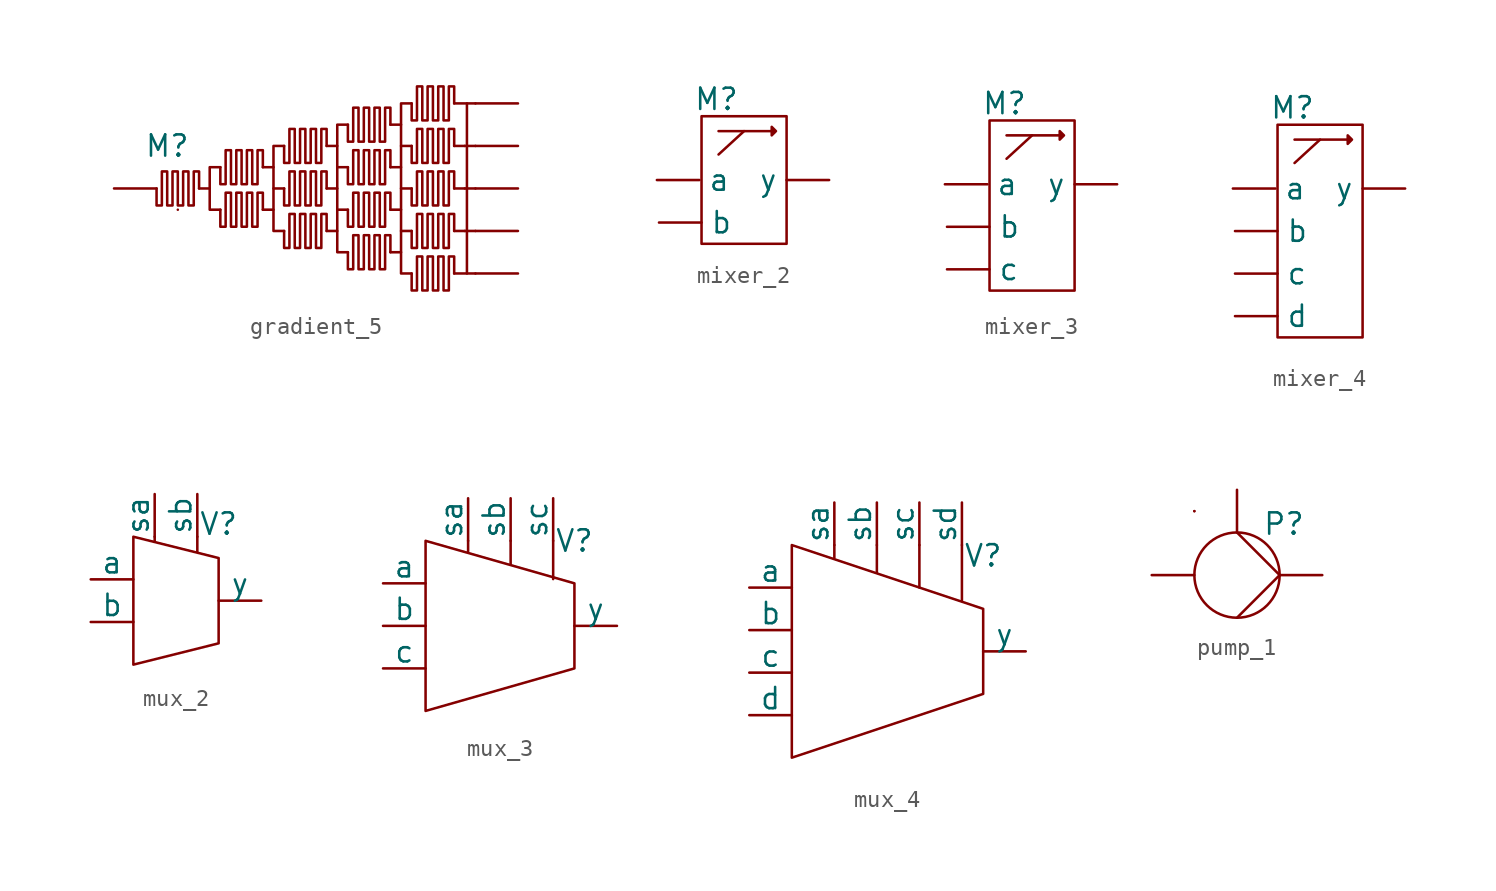
<source format=kicad_sym>
(kicad_symbol_lib
  (version 20231120)
  (generator "kicad_symbol_editor")
  (generator_version "8.0")
  (symbol "gradient_5"
    (pin_numbers hide)
    (pin_names hide)
    (property "Reference" "M"
      (at -1.905 2.54 0)
      (effects (font (size 1.27 1.27))))
    (property "Value" ""
      (at 3.175 0 0)
      (effects (font (size 1.27 1.27))))
    (symbol "gradient_5_0_1"
      (polyline (pts (xy -1.27 -1.27) (xy -1.27 -1.27)) (stroke (width 0) (type default)) (fill (type none)))
      (polyline (pts (xy 0.635 0) (xy 0 0)) (stroke (width 0) (type default)) (fill (type none)))
      (polyline (pts (xy 3.81 -1.27) (xy 4.445 -1.27)) (stroke (width 0) (type default)) (fill (type none)))
      (polyline (pts (xy 3.81 1.27) (xy 4.445 1.27)) (stroke (width 0) (type default)) (fill (type none)))
      (polyline (pts (xy 5.08 0) (xy 4.445 0)) (stroke (width 0) (type default)) (fill (type none)))
      (polyline (pts (xy 7.62 -2.54) (xy 8.255 -2.54)) (stroke (width 0) (type default)) (fill (type none)))
      (polyline (pts (xy 7.62 0) (xy 8.255 0)) (stroke (width 0) (type default)) (fill (type none)))
      (polyline (pts (xy 7.62 2.54) (xy 8.255 2.54)) (stroke (width 0) (type default)) (fill (type none)))
      (polyline (pts (xy 8.89 -1.27) (xy 8.255 -1.27)) (stroke (width 0) (type default)) (fill (type none)))
      (polyline (pts (xy 8.89 1.27) (xy 8.255 1.27)) (stroke (width 0) (type default)) (fill (type none)))
      (polyline (pts (xy 11.43 -3.81) (xy 12.065 -3.81)) (stroke (width 0) (type default)) (fill (type none)))
      (polyline (pts (xy 11.43 -1.27) (xy 12.065 -1.27)) (stroke (width 0) (type default)) (fill (type none)))
      (polyline (pts (xy 11.43 1.27) (xy 12.065 1.27)) (stroke (width 0) (type default)) (fill (type none)))
      (polyline (pts (xy 11.43 3.81) (xy 12.065 3.81)) (stroke (width 0) (type default)) (fill (type none)))
      (polyline (pts (xy 12.7 -2.54) (xy 12.065 -2.54)) (stroke (width 0) (type default)) (fill (type none)))
      (polyline (pts (xy 12.7 0) (xy 12.065 0)) (stroke (width 0) (type default)) (fill (type none)))
      (polyline (pts (xy 12.7 2.54) (xy 12.065 2.54)) (stroke (width 0) (type default)) (fill (type none)))
      (polyline (pts (xy 15.24 -5.08) (xy 16.51 -5.08)) (stroke (width 0) (type default)) (fill (type none)))
      (polyline (pts (xy 15.24 -2.54) (xy 15.875 -2.54)) (stroke (width 0) (type default)) (fill (type none)))
      (polyline (pts (xy 15.24 0) (xy 15.875 0)) (stroke (width 0) (type default)) (fill (type none)))
      (polyline (pts (xy 15.24 2.54) (xy 15.875 2.54)) (stroke (width 0) (type default)) (fill (type none)))
      (polyline (pts (xy 15.24 5.08) (xy 16.51 5.08)) (stroke (width 0) (type default)) (fill (type none)))
      (polyline (pts (xy 15.875 0) (xy 16.51 0)) (stroke (width 0) (type default)) (fill (type none)))
      (polyline (pts (xy 15.875 2.54) (xy 16.51 2.54)) (stroke (width 0) (type default)) (fill (type none)))
      (polyline (pts (xy 16.002 5.08) (xy 16.002 -5.08)) (stroke (width 0) (type default)) (fill (type none)))
      (polyline (pts (xy 16.51 -2.54) (xy 15.875 -2.54)) (stroke (width 0) (type default)) (fill (type none)))
      (polyline (pts (xy 1.27 1.27) (xy 0.635 1.27) (xy 0.635 -1.27) (xy 1.27 -1.27)) (stroke (width 0) (type default)) (fill (type none)))
      (polyline (pts (xy 5.08 2.54) (xy 4.445 2.54) (xy 4.445 -2.54) (xy 5.08 -2.54)) (stroke (width 0) (type default)) (fill (type none)))
      (polyline (pts (xy 8.89 3.81) (xy 8.255 3.81) (xy 8.255 -3.81) (xy 8.89 -3.81)) (stroke (width 0) (type default)) (fill (type none)))
      (polyline (pts (xy 12.7 5.08) (xy 12.065 5.08) (xy 12.065 -5.08) (xy 12.7 -5.08)) (stroke (width 0) (type default)) (fill (type none)))
      (polyline (pts (xy 0 0) (xy 0 1.016) (xy -0.318 1.016) (xy -0.318 -1.016) (xy -0.635 -1.016) (xy -0.635 1.016) (xy -0.953 1.016) (xy -0.953 -1.016) (xy -1.27 -1.016) (xy -1.27 1.016) (xy -1.587 1.016) (xy -1.587 -1.016) (xy -1.905 -1.016) (xy -1.905 1.016) (xy -2.223 1.016) (xy -2.223 -1.016) (xy -2.54 -1.016) (xy -2.54 0)) (stroke (width 0) (type default)) (fill (type none)))
      (polyline (pts (xy 3.81 -1.27) (xy 3.81 -0.254) (xy 3.493 -0.254) (xy 3.493 -2.286) (xy 3.175 -2.286) (xy 3.175 -0.254) (xy 2.857 -0.254) (xy 2.857 -2.286) (xy 2.54 -2.286) (xy 2.54 -0.254) (xy 2.223 -0.254) (xy 2.223 -2.286) (xy 1.905 -2.286) (xy 1.905 -0.254) (xy 1.587 -0.254) (xy 1.587 -2.286) (xy 1.27 -2.286) (xy 1.27 -1.27)) (stroke (width 0) (type default)) (fill (type none)))
      (polyline (pts (xy 3.81 1.27) (xy 3.81 2.286) (xy 3.493 2.286) (xy 3.493 0.254) (xy 3.175 0.254) (xy 3.175 2.286) (xy 2.857 2.286) (xy 2.857 0.254) (xy 2.54 0.254) (xy 2.54 2.286) (xy 2.223 2.286) (xy 2.223 0.254) (xy 1.905 0.254) (xy 1.905 2.286) (xy 1.587 2.286) (xy 1.587 0.254) (xy 1.27 0.254) (xy 1.27 1.27)) (stroke (width 0) (type default)) (fill (type none)))
      (polyline (pts (xy 7.62 -2.54) (xy 7.62 -1.524) (xy 7.303 -1.524) (xy 7.303 -3.556) (xy 6.985 -3.556) (xy 6.985 -1.524) (xy 6.668 -1.524) (xy 6.668 -3.556) (xy 6.35 -3.556) (xy 6.35 -1.524) (xy 6.032 -1.524) (xy 6.032 -3.556) (xy 5.715 -3.556) (xy 5.715 -1.524) (xy 5.397 -1.524) (xy 5.397 -3.556) (xy 5.08 -3.556) (xy 5.08 -2.54)) (stroke (width 0) (type default)) (fill (type none)))
      (polyline (pts (xy 7.62 0) (xy 7.62 1.016) (xy 7.303 1.016) (xy 7.303 -1.016) (xy 6.985 -1.016) (xy 6.985 1.016) (xy 6.668 1.016) (xy 6.668 -1.016) (xy 6.35 -1.016) (xy 6.35 1.016) (xy 6.032 1.016) (xy 6.032 -1.016) (xy 5.715 -1.016) (xy 5.715 1.016) (xy 5.397 1.016) (xy 5.397 -1.016) (xy 5.08 -1.016) (xy 5.08 0)) (stroke (width 0) (type default)) (fill (type none)))
      (polyline (pts (xy 7.62 2.54) (xy 7.62 3.556) (xy 7.303 3.556) (xy 7.303 1.524) (xy 6.985 1.524) (xy 6.985 3.556) (xy 6.668 3.556) (xy 6.668 1.524) (xy 6.35 1.524) (xy 6.35 3.556) (xy 6.032 3.556) (xy 6.032 1.524) (xy 5.715 1.524) (xy 5.715 3.556) (xy 5.397 3.556) (xy 5.397 1.524) (xy 5.08 1.524) (xy 5.08 2.54)) (stroke (width 0) (type default)) (fill (type none)))
      (polyline (pts (xy 11.43 -3.81) (xy 11.43 -2.794) (xy 11.113 -2.794) (xy 11.113 -4.826) (xy 10.795 -4.826) (xy 10.795 -2.794) (xy 10.477 -2.794) (xy 10.477 -4.826) (xy 10.16 -4.826) (xy 10.16 -2.794) (xy 9.842 -2.794) (xy 9.842 -4.826) (xy 9.525 -4.826) (xy 9.525 -2.794) (xy 9.207 -2.794) (xy 9.207 -4.826) (xy 8.89 -4.826) (xy 8.89 -3.81)) (stroke (width 0) (type default)) (fill (type none)))
      (polyline (pts (xy 11.43 -1.27) (xy 11.43 -0.254) (xy 11.113 -0.254) (xy 11.113 -2.286) (xy 10.795 -2.286) (xy 10.795 -0.254) (xy 10.477 -0.254) (xy 10.477 -2.286) (xy 10.16 -2.286) (xy 10.16 -0.254) (xy 9.842 -0.254) (xy 9.842 -2.286) (xy 9.525 -2.286) (xy 9.525 -0.254) (xy 9.207 -0.254) (xy 9.207 -2.286) (xy 8.89 -2.286) (xy 8.89 -1.27)) (stroke (width 0) (type default)) (fill (type none)))
      (polyline (pts (xy 11.43 1.27) (xy 11.43 2.286) (xy 11.113 2.286) (xy 11.113 0.254) (xy 10.795 0.254) (xy 10.795 2.286) (xy 10.477 2.286) (xy 10.477 0.254) (xy 10.16 0.254) (xy 10.16 2.286) (xy 9.842 2.286) (xy 9.842 0.254) (xy 9.525 0.254) (xy 9.525 2.286) (xy 9.207 2.286) (xy 9.207 0.254) (xy 8.89 0.254) (xy 8.89 1.27)) (stroke (width 0) (type default)) (fill (type none)))
      (polyline (pts (xy 11.43 3.81) (xy 11.43 4.826) (xy 11.113 4.826) (xy 11.113 2.794) (xy 10.795 2.794) (xy 10.795 4.826) (xy 10.477 4.826) (xy 10.477 2.794) (xy 10.16 2.794) (xy 10.16 4.826) (xy 9.842 4.826) (xy 9.842 2.794) (xy 9.525 2.794) (xy 9.525 4.826) (xy 9.207 4.826) (xy 9.207 2.794) (xy 8.89 2.794) (xy 8.89 3.81)) (stroke (width 0) (type default)) (fill (type none)))
      (polyline (pts (xy 15.24 -5.08) (xy 15.24 -4.064) (xy 14.922 -4.064) (xy 14.922 -6.096) (xy 14.605 -6.096) (xy 14.605 -4.064) (xy 14.287 -4.064) (xy 14.287 -6.096) (xy 13.97 -6.096) (xy 13.97 -4.064) (xy 13.652 -4.064) (xy 13.652 -6.096) (xy 13.335 -6.096) (xy 13.335 -4.064) (xy 13.018 -4.064) (xy 13.018 -6.096) (xy 12.7 -6.096) (xy 12.7 -5.08)) (stroke (width 0) (type default)) (fill (type none)))
      (polyline (pts (xy 15.24 -2.54) (xy 15.24 -1.524) (xy 14.922 -1.524) (xy 14.922 -3.556) (xy 14.605 -3.556) (xy 14.605 -1.524) (xy 14.287 -1.524) (xy 14.287 -3.556) (xy 13.97 -3.556) (xy 13.97 -1.524) (xy 13.652 -1.524) (xy 13.652 -3.556) (xy 13.335 -3.556) (xy 13.335 -1.524) (xy 13.018 -1.524) (xy 13.018 -3.556) (xy 12.7 -3.556) (xy 12.7 -2.54)) (stroke (width 0) (type default)) (fill (type none)))
      (polyline (pts (xy 15.24 0) (xy 15.24 1.016) (xy 14.922 1.016) (xy 14.922 -1.016) (xy 14.605 -1.016) (xy 14.605 1.016) (xy 14.287 1.016) (xy 14.287 -1.016) (xy 13.97 -1.016) (xy 13.97 1.016) (xy 13.652 1.016) (xy 13.652 -1.016) (xy 13.335 -1.016) (xy 13.335 1.016) (xy 13.018 1.016) (xy 13.018 -1.016) (xy 12.7 -1.016) (xy 12.7 0)) (stroke (width 0) (type default)) (fill (type none)))
      (polyline (pts (xy 15.24 2.54) (xy 15.24 3.556) (xy 14.922 3.556) (xy 14.922 1.524) (xy 14.605 1.524) (xy 14.605 3.556) (xy 14.287 3.556) (xy 14.287 1.524) (xy 13.97 1.524) (xy 13.97 3.556) (xy 13.652 3.556) (xy 13.652 1.524) (xy 13.335 1.524) (xy 13.335 3.556) (xy 13.018 3.556) (xy 13.018 1.524) (xy 12.7 1.524) (xy 12.7 2.54)) (stroke (width 0) (type default)) (fill (type none)))
      (polyline (pts (xy 15.24 5.08) (xy 15.24 6.096) (xy 14.922 6.096) (xy 14.922 4.064) (xy 14.605 4.064) (xy 14.605 6.096) (xy 14.287 6.096) (xy 14.287 4.064) (xy 13.97 4.064) (xy 13.97 6.096) (xy 13.652 6.096) (xy 13.652 4.064) (xy 13.335 4.064) (xy 13.335 6.096) (xy 13.018 6.096) (xy 13.018 4.064) (xy 12.7 4.064) (xy 12.7 5.08)) (stroke (width 0) (type default)) (fill (type none))))
    (symbol "gradient_5_1_1"
      (pin output line (at 19.05 -5.08 180) (length 2.54) (name "" (effects (font (size 1.27 1.27)))) (number "" (effects (font (size 1.27 1.27)))))
      (pin input line (at -5.08 0 0) (length 2.54) (name "in" (effects (font (size 1.27 1.27)))) (number "1" (effects (font (size 1.27 1.27)))))
      (pin output line (at 19.05 5.08 180) (length 2.54) (name "out_1" (effects (font (size 1.27 1.27)))) (number "2" (effects (font (size 1.27 1.27)))))
      (pin output line (at 19.05 2.54 180) (length 2.54) (name "out_2" (effects (font (size 1.27 1.27)))) (number "3" (effects (font (size 1.27 1.27)))))
      (pin output line (at 19.05 0 180) (length 2.54) (name "out_3" (effects (font (size 1.27 1.27)))) (number "4" (effects (font (size 1.27 1.27)))))
      (pin output line (at 19.05 -2.54 180) (length 2.54) (name "out_4" (effects (font (size 1.27 1.27)))) (number "5" (effects (font (size 1.27 1.27)))))))
  (symbol "mixer_2"
    (pin_numbers hide)
    (property "Reference" "M"
      (at -1.651 4.826 0)
      (effects (font (size 1.27 1.27))))
    (property "Value" ""
      (at 0 0 0)
      (effects (font (size 1.27 1.27))))
    (symbol "mixer_2_0_1"
      (rectangle (start -2.54 3.81) (end 2.54 -3.81) (stroke (width 0) (type default)) (fill (type none)))
      (polyline (pts (xy 0 2.921) (xy -1.524 1.524)) (stroke (width 0) (type default)) (fill (type none)))
      (polyline (pts (xy -1.524 2.921) (xy 1.905 2.921) (xy 1.651 3.175) (xy 1.651 2.667) (xy 1.905 2.921)) (stroke (width 0) (type default)) (fill (type none))))
    (symbol "mixer_2_1_1"
      (pin input line (at -5.207 0 0) (length 2.54) (name "a" (effects (font (size 1.27 1.27)))) (number "1" (effects (font (size 1.27 1.27)))))
      (pin input line (at -5.08 -2.54 0) (length 2.54) (name "b" (effects (font (size 1.27 1.27)))) (number "2" (effects (font (size 1.27 1.27)))))
      (pin output line (at 5.08 0 180) (length 2.54) (name "y" (effects (font (size 1.27 1.27)))) (number "3" (effects (font (size 1.27 1.27)))))))
  (symbol "mixer_3"
    (pin_numbers hide)
    (property "Reference" "M"
      (at -1.651 4.826 0)
      (effects (font (size 1.27 1.27))))
    (property "Value" ""
      (at 0 0 0)
      (effects (font (size 1.27 1.27))))
    (symbol "mixer_3_0_1"
      (rectangle (start -2.54 3.81) (end 2.54 -6.35) (stroke (width 0) (type default)) (fill (type none)))
      (polyline (pts (xy 0 2.921) (xy -1.524 1.524)) (stroke (width 0) (type default)) (fill (type none)))
      (polyline (pts (xy -1.524 2.921) (xy 1.905 2.921) (xy 1.651 3.175) (xy 1.651 2.667) (xy 1.905 2.921)) (stroke (width 0) (type default)) (fill (type none))))
    (symbol "mixer_3_1_1"
      (pin input line (at -5.207 0 0) (length 2.54) (name "a" (effects (font (size 1.27 1.27)))) (number "1" (effects (font (size 1.27 1.27)))))
      (pin input line (at -5.08 -2.54 0) (length 2.54) (name "b" (effects (font (size 1.27 1.27)))) (number "2" (effects (font (size 1.27 1.27)))))
      (pin input line (at -5.08 -5.08 0) (length 2.54) (name "c" (effects (font (size 1.27 1.27)))) (number "3" (effects (font (size 1.27 1.27)))))
      (pin output line (at 5.08 0 180) (length 2.54) (name "y" (effects (font (size 1.27 1.27)))) (number "4" (effects (font (size 1.27 1.27)))))))
  (symbol "mixer_4"
    (pin_numbers hide)
    (property "Reference" "M"
      (at -1.651 4.826 0)
      (effects (font (size 1.27 1.27))))
    (property "Value" ""
      (at 0 0 0)
      (effects (font (size 1.27 1.27))))
    (symbol "mixer_4_0_1"
      (rectangle (start -2.54 3.81) (end 2.54 -8.89) (stroke (width 0) (type default)) (fill (type none)))
      (polyline (pts (xy 0 2.921) (xy -1.524 1.524)) (stroke (width 0) (type default)) (fill (type none)))
      (polyline (pts (xy -1.524 2.921) (xy 1.905 2.921) (xy 1.651 3.175) (xy 1.651 2.667) (xy 1.905 2.921)) (stroke (width 0) (type default)) (fill (type none))))
    (symbol "mixer_4_1_1"
      (pin input line (at -5.207 0 0) (length 2.54) (name "a" (effects (font (size 1.27 1.27)))) (number "1" (effects (font (size 1.27 1.27)))))
      (pin input line (at -5.08 -2.54 0) (length 2.54) (name "b" (effects (font (size 1.27 1.27)))) (number "2" (effects (font (size 1.27 1.27)))))
      (pin input line (at -5.08 -5.08 0) (length 2.54) (name "c" (effects (font (size 1.27 1.27)))) (number "3" (effects (font (size 1.27 1.27)))))
      (pin input line (at -5.08 -7.62 0) (length 2.54) (name "d" (effects (font (size 1.27 1.27)))) (number "4" (effects (font (size 1.27 1.27)))))
      (pin output line (at 5.08 0 180) (length 2.54) (name "y" (effects (font (size 1.27 1.27)))) (number "5" (effects (font (size 1.27 1.27)))))))
  (symbol "mux_2"
    (pin_numbers hide)
    (pin_names
      (offset 0))
    (property "Reference" "V"
      (at 1.27 4.572 0)
      (effects (font (size 1.27 1.27))))
    (property "Value" ""
      (at 0 0 0)
      (effects (font (size 1.27 1.27))))
    (symbol "mux_2_0_1"
      (polyline (pts (xy -2.54 3.81) (xy -2.54 3.556)) (stroke (width 0) (type default)) (fill (type none)))
      (polyline (pts (xy 0 3.81) (xy 0 2.921)) (stroke (width 0) (type default)) (fill (type none)))
      (polyline (pts (xy -3.81 -3.81) (xy 1.27 -2.54) (xy 1.27 2.54) (xy -3.81 3.81) (xy -3.81 -3.81)) (stroke (width 0) (type default)) (fill (type none))))
    (symbol "mux_2_1_1"
      (pin input line (at -6.35 1.27 0) (length 2.54) (name "a" (effects (font (size 1.27 1.27)))) (number "1" (effects (font (size 1.27 1.27)))))
      (pin input line (at -6.35 -1.27 0) (length 2.54) (name "b" (effects (font (size 1.27 1.27)))) (number "2" (effects (font (size 1.27 1.27)))))
      (pin input line (at -2.54 6.35 270) (length 2.54) (name "sa" (effects (font (size 1.27 1.27)))) (number "3" (effects (font (size 1.27 1.27)))))
      (pin input line (at 0 6.35 270) (length 2.54) (name "sb" (effects (font (size 1.27 1.27)))) (number "4" (effects (font (size 1.27 1.27)))))
      (pin output line (at 3.81 0 180) (length 2.54) (name "y" (effects (font (size 1.27 1.27)))) (number "5" (effects (font (size 1.27 1.27)))))))
  (symbol "mux_3"
    (pin_numbers hide)
    (pin_names
      (offset 0))
    (property "Reference" "V"
      (at 3.81 5.08 0)
      (effects (font (size 1.27 1.27))))
    (property "Value" ""
      (at 5.08 0 0)
      (effects (font (size 1.27 1.27))))
    (symbol "mux_3_0_1"
      (polyline (pts (xy -2.54 5.08) (xy -2.54 4.445)) (stroke (width 0) (type default)) (fill (type none)))
      (polyline (pts (xy 0 5.08) (xy 0 3.683)) (stroke (width 0) (type default)) (fill (type none)))
      (polyline (pts (xy 2.54 5.08) (xy 2.54 2.794)) (stroke (width 0) (type default)) (fill (type none)))
      (polyline (pts (xy -5.08 -5.08) (xy 3.81 -2.54) (xy 3.81 2.54) (xy -5.08 5.08) (xy -5.08 -5.08)) (stroke (width 0) (type default)) (fill (type none))))
    (symbol "mux_3_1_1"
      (pin input line (at -7.62 2.54 0) (length 2.54) (name "a" (effects (font (size 1.27 1.27)))) (number "1" (effects (font (size 1.27 1.27)))))
      (pin input line (at -7.62 0 0) (length 2.54) (name "b" (effects (font (size 1.27 1.27)))) (number "2" (effects (font (size 1.27 1.27)))))
      (pin input line (at -7.62 -2.54 0) (length 2.54) (name "c" (effects (font (size 1.27 1.27)))) (number "3" (effects (font (size 1.27 1.27)))))
      (pin input line (at -2.54 7.62 270) (length 2.54) (name "sa" (effects (font (size 1.27 1.27)))) (number "4" (effects (font (size 1.27 1.27)))))
      (pin input line (at 0 7.62 270) (length 2.54) (name "sb" (effects (font (size 1.27 1.27)))) (number "5" (effects (font (size 1.27 1.27)))))
      (pin input line (at 2.54 7.62 270) (length 2.54) (name "sc" (effects (font (size 1.27 1.27)))) (number "6" (effects (font (size 1.27 1.27)))))
      (pin output line (at 6.35 0 180) (length 2.54) (name "y" (effects (font (size 1.27 1.27)))) (number "7" (effects (font (size 1.27 1.27)))))))
  (symbol "mux_4"
    (pin_numbers hide)
    (pin_names
      (offset 0))
    (property "Reference" "V"
      (at 6.35 5.715 0)
      (effects (font (size 1.27 1.27))))
    (property "Value" ""
      (at 5.08 0 0)
      (effects (font (size 1.27 1.27))))
    (symbol "mux_4_0_1"
      (polyline (pts (xy -2.54 6.35) (xy -2.54 5.588)) (stroke (width 0) (type default)) (fill (type none)))
      (polyline (pts (xy 0 6.35) (xy 0 4.699)) (stroke (width 0) (type default)) (fill (type none)))
      (polyline (pts (xy 2.54 6.35) (xy 2.54 3.81)) (stroke (width 0) (type default)) (fill (type none)))
      (polyline (pts (xy 5.08 6.35) (xy 5.08 3.048)) (stroke (width 0) (type default)) (fill (type none)))
      (polyline (pts (xy -5.08 -6.35) (xy 6.35 -2.54) (xy 6.35 2.54) (xy -5.08 6.35) (xy -5.08 -6.35)) (stroke (width 0) (type default)) (fill (type none))))
    (symbol "mux_4_1_1"
      (pin input line (at -7.62 3.81 0) (length 2.54) (name "a" (effects (font (size 1.27 1.27)))) (number "1" (effects (font (size 1.27 1.27)))))
      (pin input line (at -7.62 1.27 0) (length 2.54) (name "b" (effects (font (size 1.27 1.27)))) (number "2" (effects (font (size 1.27 1.27)))))
      (pin input line (at -7.62 -1.27 0) (length 2.54) (name "c" (effects (font (size 1.27 1.27)))) (number "3" (effects (font (size 1.27 1.27)))))
      (pin input line (at -7.62 -3.81 0) (length 2.54) (name "d" (effects (font (size 1.27 1.27)))) (number "4" (effects (font (size 1.27 1.27)))))
      (pin input line (at -2.54 8.89 270) (length 2.54) (name "sa" (effects (font (size 1.27 1.27)))) (number "5" (effects (font (size 1.27 1.27)))))
      (pin input line (at 0 8.89 270) (length 2.54) (name "sb" (effects (font (size 1.27 1.27)))) (number "6" (effects (font (size 1.27 1.27)))))
      (pin input line (at 2.54 8.89 270) (length 2.54) (name "sc" (effects (font (size 1.27 1.27)))) (number "7" (effects (font (size 1.27 1.27)))))
      (pin input line (at 5.08 8.89 270) (length 2.54) (name "sd" (effects (font (size 1.27 1.27)))) (number "8" (effects (font (size 1.27 1.27)))))
      (pin output line (at 8.89 0 180) (length 2.54) (name "y" (effects (font (size 1.27 1.27)))) (number "9" (effects (font (size 1.27 1.27)))))))
  (symbol "pump_1"
    (pin_numbers hide)
    (pin_names hide)
    (property "Reference" "P"
      (at 2.794 3.048 0)
      (effects (font (size 1.27 1.27))))
    (property "Value" ""
      (at 0 0 0)
      (effects (font (size 1.27 1.27))))
    (symbol "pump_1_0_1"
      (polyline (pts (xy -2.54 3.81) (xy -2.54 3.81)) (stroke (width 0) (type default)) (fill (type none)))
      (polyline (pts (xy -2.54 3.81) (xy -2.54 3.81)) (stroke (width 0) (type default)) (fill (type none)))
      (polyline (pts (xy 0 2.54) (xy 2.54 0)) (stroke (width 0) (type default)) (fill (type none)))
      (polyline (pts (xy 2.54 0) (xy 0 -2.54)) (stroke (width 0) (type default)) (fill (type none)))
      (circle (center 0 0) (radius 2.54) (stroke (width 0) (type default)) (fill (type none))))
    (symbol "pump_1_1_1"
      (pin input line (at -5.08 0 0) (length 2.54) (name "in" (effects (font (size 1.27 1.27)))) (number "1" (effects (font (size 1.27 1.27)))))
      (pin output line (at 5.08 0 180) (length 2.54) (name "out" (effects (font (size 1.27 1.27)))) (number "2" (effects (font (size 1.27 1.27)))))
      (pin input line (at 0 5.08 270) (length 2.54) (name "pump_1" (effects (font (size 1.27 1.27)))) (number "3" (effects (font (size 1.27 1.27))))))))
</source>
